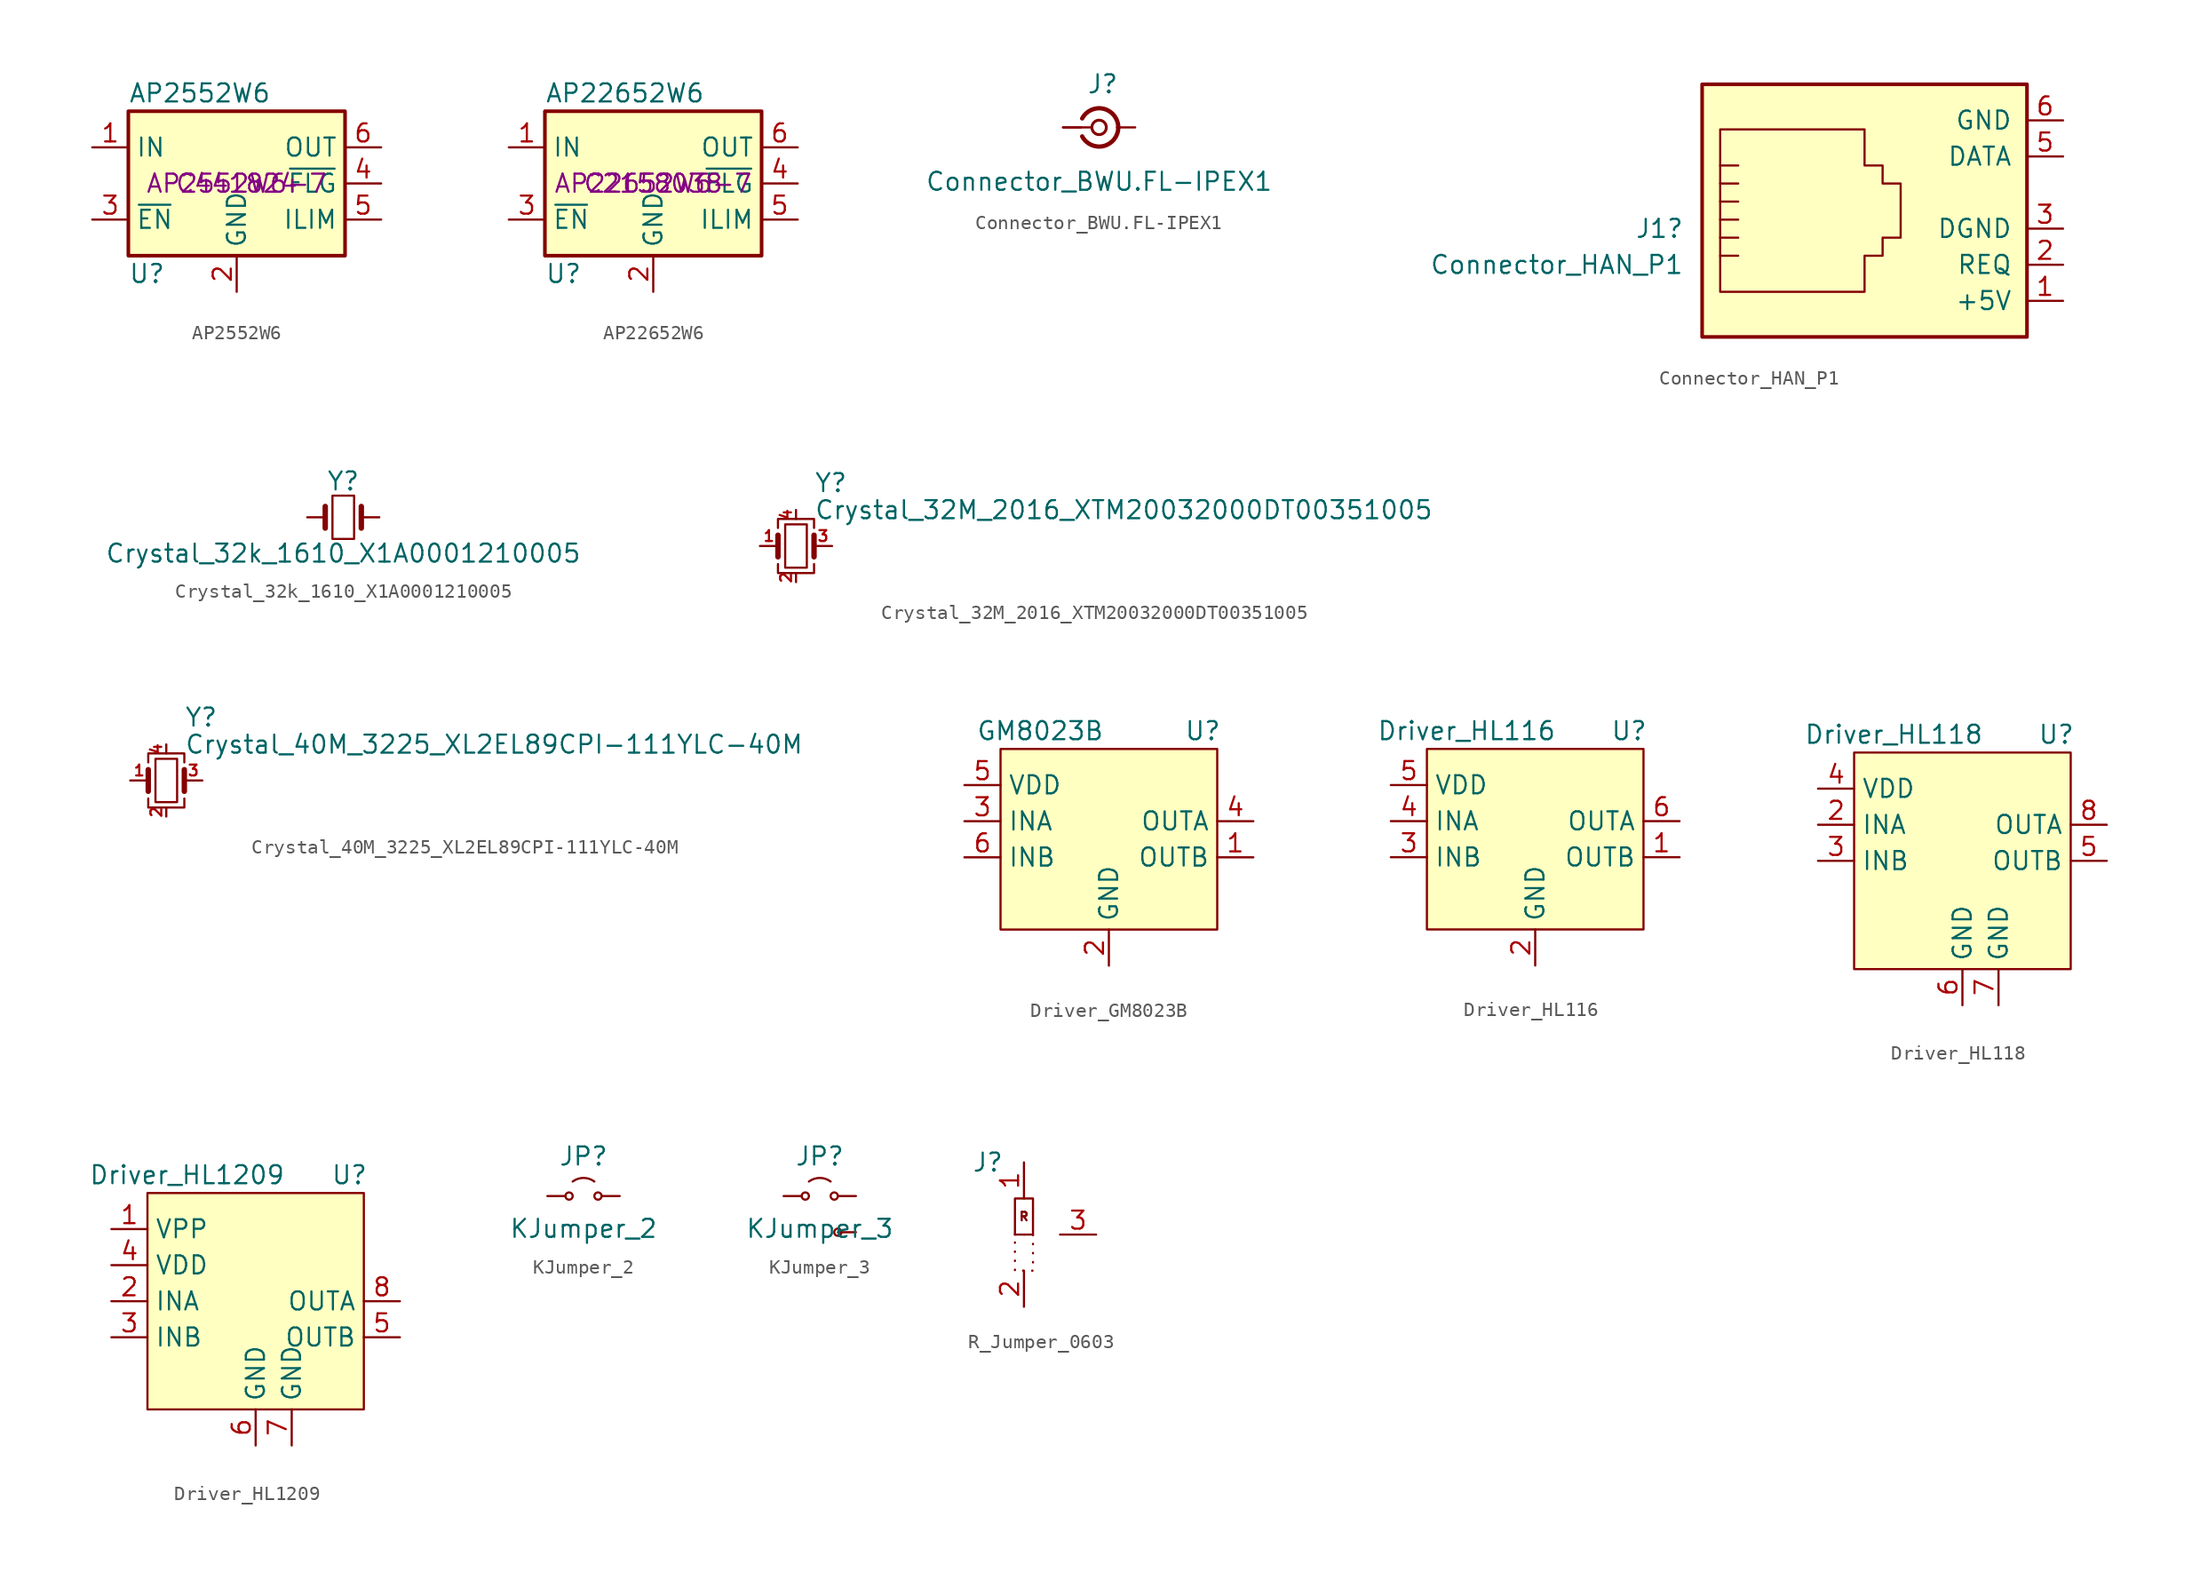
<source format=kicad_sym>
(kicad_symbol_lib
  (version 20241209)
  (generator "kicad_symbol_editor")
  (generator_version "9.0")
  (symbol "AP2552W6"
    (property "Reference" "U"
      (at -7.62 -6.35 0)
      (effects (font (size 1.27 1.27)) (justify left)))
    (property "Value" "AP2552W6"
      (at -7.62 6.35 0)
      (effects (font (size 1.27 1.27)) (justify left)))
    (property "MPN" "AP2552W6-7"
      (at 0 0 0)
      (effects (font (size 1.27 1.27))))
    (property "lcsc#" "C441824"
      (at 0 0 0)
      (effects (font (size 1.27 1.27))))
    (symbol "AP2552W6_0_1"
      (rectangle (start -7.62 5.08) (end 7.62 -5.08) (stroke (width 0.254) (type default)) (fill (type background))))
    (symbol "AP2552W6_1_0"
      (pin input line (at 10.16 -2.54 180) (length 2.54) (name "ILIM" (effects (font (size 1.27 1.27)))) (number "5" (effects (font (size 1.27 1.27))))))
    (symbol "AP2552W6_1_1"
      (pin power_in line (at -10.16 2.54 0) (length 2.54) (name "IN" (effects (font (size 1.27 1.27)))) (number "1" (effects (font (size 1.27 1.27)))))
      (pin input line (at -10.16 -2.54 0) (length 2.54) (name "~{EN}" (effects (font (size 1.27 1.27)))) (number "3" (effects (font (size 1.27 1.27)))))
      (pin power_in line (at 0 -7.62 90) (length 2.54) (name "GND" (effects (font (size 1.27 1.27)))) (number "2" (effects (font (size 1.27 1.27)))))
      (pin power_out line (at 10.16 2.54 180) (length 2.54) (name "OUT" (effects (font (size 1.27 1.27)))) (number "6" (effects (font (size 1.27 1.27)))))
      (pin open_collector line (at 10.16 0 180) (length 2.54) (name "~{FLG}" (effects (font (size 1.27 1.27)))) (number "4" (effects (font (size 1.27 1.27)))))))
  (symbol "AP22652W6"
    (property "Reference" "U"
      (at -7.62 -6.35 0)
      (effects (font (size 1.27 1.27)) (justify left)))
    (property "Value" "AP22652W6"
      (at -7.62 6.35 0)
      (effects (font (size 1.27 1.27)) (justify left)))
    (property "MPN" "AP22652W6-7"
      (at 0 0 0)
      (effects (font (size 1.27 1.27))))
    (property "lcsc#" "C2158038"
      (at 0 0 0)
      (effects (font (size 1.27 1.27))))
    (symbol "AP22652W6_0_1"
      (rectangle (start -7.62 5.08) (end 7.62 -5.08) (stroke (width 0.254) (type default)) (fill (type background))))
    (symbol "AP22652W6_1_0"
      (pin input line (at 10.16 -2.54 180) (length 2.54) (name "ILIM" (effects (font (size 1.27 1.27)))) (number "5" (effects (font (size 1.27 1.27))))))
    (symbol "AP22652W6_1_1"
      (pin power_in line (at -10.16 2.54 0) (length 2.54) (name "IN" (effects (font (size 1.27 1.27)))) (number "1" (effects (font (size 1.27 1.27)))))
      (pin input line (at -10.16 -2.54 0) (length 2.54) (name "~{EN}" (effects (font (size 1.27 1.27)))) (number "3" (effects (font (size 1.27 1.27)))))
      (pin power_in line (at 0 -7.62 90) (length 2.54) (name "GND" (effects (font (size 1.27 1.27)))) (number "2" (effects (font (size 1.27 1.27)))))
      (pin power_out line (at 10.16 2.54 180) (length 2.54) (name "OUT" (effects (font (size 1.27 1.27)))) (number "6" (effects (font (size 1.27 1.27)))))
      (pin open_collector line (at 10.16 0 180) (length 2.54) (name "~{FLG}" (effects (font (size 1.27 1.27)))) (number "4" (effects (font (size 1.27 1.27)))))))
  (symbol "Connector_BWU.FL-IPEX1"
    (pin_numbers
      (hide yes))
    (pin_names
      (offset 1.016)
      (hide yes))
    (property "Reference" "J"
      (at 0.254 3.048 0)
      (effects (font (size 1.27 1.27))))
    (property "Value" "Connector_BWU.FL-IPEX1"
      (at 0 -3.81 0)
      (effects (font (size 1.27 1.27))))
    (symbol "Connector_BWU.FL-IPEX1_0_1"
      (polyline (pts (xy -2.54 0) (xy -0.508 0)) (stroke (width 0) (type default)) (fill (type none)))
      (circle (center 0 0) (radius 0.508) (stroke (width 0.203) (type default)) (fill (type none))))
    (symbol "Connector_BWU.FL-IPEX1_1_1"
      (arc (start 1.3484 0.0039) (mid 0.327 -1.308) (end -1.1916 -0.6311) (stroke (width 0.3048) (type default)) (fill (type none)))
      (arc (start -1.1916 0.6311) (mid 0.327 1.3081) (end 1.3484 -0.0039) (stroke (width 0.3048) (type default)) (fill (type none)))
      (pin passive line (at -2.54 0 0) (length 1.27) (name "In" (effects (font (size 1.27 1.27)))) (number "1" (effects (font (size 1.27 1.27)))))
      (pin passive line (at 2.54 0 180) (length 1.27) (name "Ext" (effects (font (size 1.27 1.27)))) (number "2" (effects (font (size 1.27 1.27)))))))
  (symbol "Connector_HAN_P1"
    (pin_names
      (offset 1.016))
    (property "Reference" "J1"
      (at -8.89 0.0001 0)
      (effects (font (size 1.27 1.27)) (justify right)))
    (property "Value" "Connector_HAN_P1"
      (at -8.89 -2.54 0)
      (effects (font (size 1.27 1.27)) (justify right)))
    (symbol "Connector_HAN_P1_0_1"
      (rectangle (start -7.62 10.16) (end 15.24 -7.62) (stroke (width 0.254) (type default)) (fill (type background)))
      (polyline (pts (xy -6.35 3.175) (xy -5.08 3.175) (xy -5.08 3.175)) (stroke (width 0) (type default)) (fill (type none)))
      (polyline (pts (xy -6.35 1.905) (xy -5.08 1.905) (xy -5.08 1.905)) (stroke (width 0) (type default)) (fill (type none)))
      (polyline (pts (xy -6.35 0.635) (xy -5.08 0.635) (xy -5.08 0.635)) (stroke (width 0) (type default)) (fill (type none)))
      (polyline (pts (xy -6.35 -0.635) (xy -5.08 -0.635) (xy -5.08 -0.635)) (stroke (width 0) (type default)) (fill (type none)))
      (polyline (pts (xy -6.35 -1.905) (xy -5.08 -1.905) (xy -5.08 -1.905)) (stroke (width 0) (type default)) (fill (type none)))
      (polyline (pts (xy -6.35 -4.445) (xy -6.35 6.985) (xy 3.81 6.985) (xy 3.81 4.445) (xy 5.08 4.445) (xy 5.08 3.175) (xy 6.35 3.175) (xy 6.35 -0.635) (xy 5.08 -0.635) (xy 5.08 -1.905) (xy 3.81 -1.905) (xy 3.81 -4.445) (xy -6.35 -4.445) (xy -6.35 -4.445)) (stroke (width 0) (type default)) (fill (type none)))
      (polyline (pts (xy -5.08 4.445) (xy -6.35 4.445) (xy -6.35 4.445)) (stroke (width 0) (type default)) (fill (type none))))
    (symbol "Connector_HAN_P1_1_1"
      (pin power_out line (at 17.78 7.62 180) (length 2.54) (name "GND" (effects (font (size 1.27 1.27)))) (number "6" (effects (font (size 1.27 1.27)))))
      (pin output line (at 17.78 5.08 180) (length 2.54) (name "DATA" (effects (font (size 1.27 1.27)))) (number "5" (effects (font (size 1.27 1.27)))))
      (pin no_connect line (at 17.78 2.54 180) (length 2.54) (hide yes) (name "~" (effects (font (size 1.27 1.27)))) (number "4" (effects (font (size 1.27 1.27)))))
      (pin passive line (at 17.78 0 180) (length 2.54) (name "DGND" (effects (font (size 1.27 1.27)))) (number "3" (effects (font (size 1.27 1.27)))))
      (pin input line (at 17.78 -2.54 180) (length 2.54) (name "REQ" (effects (font (size 1.27 1.27)))) (number "2" (effects (font (size 1.27 1.27)))))
      (pin power_out line (at 17.78 -5.08 180) (length 2.54) (name "+5V" (effects (font (size 1.27 1.27)))) (number "1" (effects (font (size 1.27 1.27)))))))
  (symbol "Crystal_32k_1610_X1A0001210005"
    (pin_numbers
      (hide yes))
    (pin_names
      (offset 1.016)
      (hide yes))
    (property "Reference" "Y"
      (at 0 2.54 0)
      (effects (font (size 1.27 1.27))))
    (property "Value" "Crystal_32k_1610_X1A0001210005"
      (at 0 -2.54 0)
      (effects (font (size 1.27 1.27))))
    (symbol "Crystal_32k_1610_X1A0001210005_0_1"
      (polyline (pts (xy -1.27 -0.762) (xy -1.27 0.762)) (stroke (width 0.381) (type default)) (fill (type none)))
      (rectangle (start -0.762 -1.524) (end 0.762 1.524) (stroke (width 0) (type default)) (fill (type none)))
      (polyline (pts (xy 1.27 -0.762) (xy 1.27 0.762)) (stroke (width 0.381) (type default)) (fill (type none))))
    (symbol "Crystal_32k_1610_X1A0001210005_1_1"
      (pin passive line (at -2.54 0 0) (length 1.27) (name "1" (effects (font (size 1.27 1.27)))) (number "1" (effects (font (size 1.27 1.27)))))
      (pin passive line (at 2.54 0 180) (length 1.27) (name "2" (effects (font (size 1.27 1.27)))) (number "2" (effects (font (size 1.27 1.27)))))))
  (symbol "Crystal_32M_2016_XTM20032000DT00351005"
    (pin_names
      (offset 1.016)
      (hide yes))
    (property "Reference" "Y"
      (at 1.27 4.445 0)
      (effects (font (size 1.27 1.27)) (justify left)))
    (property "Value" "Crystal_32M_2016_XTM20032000DT00351005"
      (at 1.27 2.54 0)
      (effects (font (size 1.27 1.27)) (justify left)))
    (symbol "Crystal_32M_2016_XTM20032000DT00351005_0_1"
      (polyline (pts (xy -1.27 1.27) (xy -1.27 1.905) (xy 1.27 1.905) (xy 1.27 1.27)) (stroke (width 0) (type default)) (fill (type none)))
      (polyline (pts (xy -1.27 -0.762) (xy -1.27 0.762)) (stroke (width 0.381) (type default)) (fill (type none)))
      (polyline (pts (xy -1.27 -1.27) (xy -1.27 -1.905) (xy 1.27 -1.905) (xy 1.27 -1.27)) (stroke (width 0) (type default)) (fill (type none)))
      (rectangle (start -0.762 -1.524) (end 0.762 1.524) (stroke (width 0) (type default)) (fill (type none)))
      (polyline (pts (xy 1.27 -0.762) (xy 1.27 0.762)) (stroke (width 0.381) (type default)) (fill (type none))))
    (symbol "Crystal_32M_2016_XTM20032000DT00351005_1_1"
      (pin passive line (at -2.54 0 0) (length 1.27) (name "1" (effects (font (size 1.27 1.27)))) (number "1" (effects (font (size 0.762 0.762)))))
      (pin passive line (at 0 2.54 270) (length 0.635) (name "4" (effects (font (size 1.27 1.27)))) (number "4" (effects (font (size 0.762 0.762)))))
      (pin passive line (at 0 -2.54 90) (length 0.635) (name "2" (effects (font (size 1.27 1.27)))) (number "2" (effects (font (size 0.762 0.762)))))
      (pin passive line (at 2.54 0 180) (length 1.27) (name "3" (effects (font (size 1.27 1.27)))) (number "3" (effects (font (size 0.762 0.762)))))))
  (symbol "Crystal_40M_3225_XL2EL89CPI-111YLC-40M"
    (pin_names
      (offset 1.016)
      (hide yes))
    (property "Reference" "Y"
      (at 1.27 4.445 0)
      (effects (font (size 1.27 1.27)) (justify left)))
    (property "Value" "Crystal_40M_3225_XL2EL89CPI-111YLC-40M"
      (at 1.27 2.54 0)
      (effects (font (size 1.27 1.27)) (justify left)))
    (symbol "Crystal_40M_3225_XL2EL89CPI-111YLC-40M_0_1"
      (polyline (pts (xy -1.27 1.27) (xy -1.27 1.905) (xy 1.27 1.905) (xy 1.27 1.27)) (stroke (width 0) (type default)) (fill (type none)))
      (polyline (pts (xy -1.27 -0.762) (xy -1.27 0.762)) (stroke (width 0.381) (type default)) (fill (type none)))
      (polyline (pts (xy -1.27 -1.27) (xy -1.27 -1.905) (xy 1.27 -1.905) (xy 1.27 -1.27)) (stroke (width 0) (type default)) (fill (type none)))
      (rectangle (start -0.762 -1.524) (end 0.762 1.524) (stroke (width 0) (type default)) (fill (type none)))
      (polyline (pts (xy 1.27 -0.762) (xy 1.27 0.762)) (stroke (width 0.381) (type default)) (fill (type none))))
    (symbol "Crystal_40M_3225_XL2EL89CPI-111YLC-40M_1_1"
      (pin passive line (at -2.54 0 0) (length 1.27) (name "1" (effects (font (size 1.27 1.27)))) (number "1" (effects (font (size 0.762 0.762)))))
      (pin passive line (at 0 2.54 270) (length 0.635) (name "4" (effects (font (size 1.27 1.27)))) (number "4" (effects (font (size 0.762 0.762)))))
      (pin passive line (at 0 -2.54 90) (length 0.635) (name "2" (effects (font (size 1.27 1.27)))) (number "2" (effects (font (size 0.762 0.762)))))
      (pin passive line (at 2.54 0 180) (length 1.27) (name "3" (effects (font (size 1.27 1.27)))) (number "3" (effects (font (size 0.762 0.762)))))))
  (symbol "Driver_GM8023B"
    (property "Reference" "U"
      (at 6.604 8.89 0)
      (effects (font (size 1.27 1.27))))
    (property "Value" "GM8023B"
      (at -4.826 8.89 0)
      (effects (font (size 1.27 1.27))))
    (symbol "Driver_GM8023B_1_1"
      (rectangle (start -7.62 7.62) (end 7.62 -5.08) (stroke (width 0) (type solid)) (fill (type background)))
      (pin power_in line (at -10.16 5.08 0) (length 2.54) (name "VDD" (effects (font (size 1.27 1.27)))) (number "5" (effects (font (size 1.27 1.27)))))
      (pin input line (at -10.16 2.54 0) (length 2.54) (name "INA" (effects (font (size 1.27 1.27)))) (number "3" (effects (font (size 1.27 1.27)))))
      (pin input line (at -10.16 0 0) (length 2.54) (name "INB" (effects (font (size 1.27 1.27)))) (number "6" (effects (font (size 1.27 1.27)))))
      (pin power_in line (at 0 -7.62 90) (length 2.54) (name "GND" (effects (font (size 1.27 1.27)))) (number "2" (effects (font (size 1.27 1.27)))))
      (pin output line (at 10.16 2.54 180) (length 2.54) (name "OUTA" (effects (font (size 1.27 1.27)))) (number "4" (effects (font (size 1.27 1.27)))))
      (pin output line (at 10.16 0 180) (length 2.54) (name "OUTB" (effects (font (size 1.27 1.27)))) (number "1" (effects (font (size 1.27 1.27)))))))
  (symbol "Driver_HL116"
    (property "Reference" "U"
      (at 6.604 8.89 0)
      (effects (font (size 1.27 1.27))))
    (property "Value" "Driver_HL116"
      (at -4.826 8.89 0)
      (effects (font (size 1.27 1.27))))
    (symbol "Driver_HL116_1_1"
      (rectangle (start -7.62 7.62) (end 7.62 -5.08) (stroke (width 0) (type solid)) (fill (type background)))
      (pin power_in line (at -10.16 5.08 0) (length 2.54) (name "VDD" (effects (font (size 1.27 1.27)))) (number "5" (effects (font (size 1.27 1.27)))))
      (pin input line (at -10.16 2.54 0) (length 2.54) (name "INA" (effects (font (size 1.27 1.27)))) (number "4" (effects (font (size 1.27 1.27)))))
      (pin input line (at -10.16 0 0) (length 2.54) (name "INB" (effects (font (size 1.27 1.27)))) (number "3" (effects (font (size 1.27 1.27)))))
      (pin power_in line (at 0 -7.62 90) (length 2.54) (name "GND" (effects (font (size 1.27 1.27)))) (number "2" (effects (font (size 1.27 1.27)))))
      (pin output line (at 10.16 2.54 180) (length 2.54) (name "OUTA" (effects (font (size 1.27 1.27)))) (number "6" (effects (font (size 1.27 1.27)))))
      (pin output line (at 10.16 0 180) (length 2.54) (name "OUTB" (effects (font (size 1.27 1.27)))) (number "1" (effects (font (size 1.27 1.27)))))))
  (symbol "Driver_HL118"
    (property "Reference" "U"
      (at 6.604 8.89 0)
      (effects (font (size 1.27 1.27))))
    (property "Value" "Driver_HL118"
      (at -4.826 8.89 0)
      (effects (font (size 1.27 1.27))))
    (symbol "Driver_HL118_1_1"
      (rectangle (start -7.62 7.62) (end 7.62 -7.62) (stroke (width 0) (type solid)) (fill (type background)))
      (pin power_in line (at -10.16 5.08 0) (length 2.54) (name "VDD" (effects (font (size 1.27 1.27)))) (number "4" (effects (font (size 1.27 1.27)))))
      (pin input line (at -10.16 2.54 0) (length 2.54) (name "INA" (effects (font (size 1.27 1.27)))) (number "2" (effects (font (size 1.27 1.27)))))
      (pin input line (at -10.16 0 0) (length 2.54) (name "INB" (effects (font (size 1.27 1.27)))) (number "3" (effects (font (size 1.27 1.27)))))
      (pin no_connect line (at -6.35 6.35 0) (length 2.54) (hide yes) (name "NC" (effects (font (size 1.27 1.27)))) (number "1" (effects (font (size 1.27 1.27)))))
      (pin power_in line (at 0 -10.16 90) (length 2.54) (name "GND" (effects (font (size 1.27 1.27)))) (number "6" (effects (font (size 1.27 1.27)))))
      (pin power_in line (at 2.54 -10.16 90) (length 2.54) (name "GND" (effects (font (size 1.27 1.27)))) (number "7" (effects (font (size 1.27 1.27)))))
      (pin output line (at 10.16 2.54 180) (length 2.54) (name "OUTA" (effects (font (size 1.27 1.27)))) (number "8" (effects (font (size 1.27 1.27)))))
      (pin output line (at 10.16 0 180) (length 2.54) (name "OUTB" (effects (font (size 1.27 1.27)))) (number "5" (effects (font (size 1.27 1.27)))))))
  (symbol "Driver_HL1209"
    (property "Reference" "U"
      (at 6.604 8.89 0)
      (effects (font (size 1.27 1.27))))
    (property "Value" "Driver_HL1209"
      (at -4.826 8.89 0)
      (effects (font (size 1.27 1.27))))
    (symbol "Driver_HL1209_1_1"
      (rectangle (start -7.62 7.62) (end 7.62 -7.62) (stroke (width 0) (type solid)) (fill (type background)))
      (pin power_in line (at -10.16 5.08 0) (length 2.54) (name "VPP" (effects (font (size 1.27 1.27)))) (number "1" (effects (font (size 1.27 1.27)))))
      (pin power_in line (at -10.16 2.54 0) (length 2.54) (name "VDD" (effects (font (size 1.27 1.27)))) (number "4" (effects (font (size 1.27 1.27)))))
      (pin input line (at -10.16 0 0) (length 2.54) (name "INA" (effects (font (size 1.27 1.27)))) (number "2" (effects (font (size 1.27 1.27)))))
      (pin input line (at -10.16 -2.54 0) (length 2.54) (name "INB" (effects (font (size 1.27 1.27)))) (number "3" (effects (font (size 1.27 1.27)))))
      (pin power_in line (at 0 -10.16 90) (length 2.54) (name "GND" (effects (font (size 1.27 1.27)))) (number "6" (effects (font (size 1.27 1.27)))))
      (pin power_in line (at 2.54 -10.16 90) (length 2.54) (name "GND" (effects (font (size 1.27 1.27)))) (number "7" (effects (font (size 1.27 1.27)))))
      (pin output line (at 10.16 0 180) (length 2.54) (name "OUTA" (effects (font (size 1.27 1.27)))) (number "8" (effects (font (size 1.27 1.27)))))
      (pin output line (at 10.16 -2.54 180) (length 2.54) (name "OUTB" (effects (font (size 1.27 1.27)))) (number "5" (effects (font (size 1.27 1.27)))))))
  (symbol "KJumper_2"
    (pin_numbers
      (hide yes))
    (pin_names
      (offset 0)
      (hide yes))
    (property "Reference" "JP"
      (at 0 2.794 0)
      (effects (font (size 1.27 1.27))))
    (property "Value" "KJumper_2"
      (at 0 -2.286 0)
      (effects (font (size 1.27 1.27))))
    (symbol "KJumper_2_0_0"
      (circle (center -1.016 0) (radius 0.254) (stroke (width 0) (type default)) (fill (type none)))
      (circle (center 1.016 0) (radius 0.254) (stroke (width 0) (type default)) (fill (type none))))
    (symbol "KJumper_2_0_1"
      (arc (start -0.762 1.0196) (mid 0 1.2729) (end 0.762 1.0196) (stroke (width 0) (type default)) (fill (type none))))
    (symbol "KJumper_2_1_1"
      (pin passive line (at -2.54 0 0) (length 1.27) (name "A" (effects (font (size 1.27 1.27)))) (number "1" (effects (font (size 1.27 1.27)))))
      (pin passive line (at 2.54 0 180) (length 1.27) (name "B" (effects (font (size 1.27 1.27)))) (number "2" (effects (font (size 1.27 1.27)))))))
  (symbol "KJumper_3"
    (pin_numbers
      (hide yes))
    (pin_names
      (offset 0)
      (hide yes))
    (property "Reference" "JP"
      (at 0 2.794 0)
      (effects (font (size 1.27 1.27))))
    (property "Value" "KJumper_3"
      (at 0 -2.286 0)
      (effects (font (size 1.27 1.27))))
    (symbol "KJumper_3_0_0"
      (circle (center -1.016 0) (radius 0.254) (stroke (width 0) (type default)) (fill (type none)))
      (circle (center 1.016 0) (radius 0.254) (stroke (width 0) (type default)) (fill (type none)))
      (circle (center 1.27 -2.54) (radius 0.254) (stroke (width 0) (type default)) (fill (type none))))
    (symbol "KJumper_3_0_1"
      (arc (start -0.762 1.0196) (mid 0 1.2729) (end 0.762 1.0196) (stroke (width 0) (type default)) (fill (type none))))
    (symbol "KJumper_3_1_1"
      (pin passive line (at -2.54 0 0) (length 1.27) (name "Comm" (effects (font (size 1.27 1.27)))) (number "2" (effects (font (size 1.27 1.27)))))
      (pin passive line (at 2.54 0 180) (length 1.27) (name "A" (effects (font (size 1.27 1.27)))) (number "1" (effects (font (size 1.27 1.27)))))
      (pin passive line (at 2.54 -2.54 180) (length 1.27) (name "B" (effects (font (size 1.27 1.27)))) (number "3" (effects (font (size 1.27 1.27)))))))
  (symbol "R_Jumper_0603"
    (pin_names
      (hide yes))
    (property "Reference" "J"
      (at -2.54 5.08 0)
      (effects (font (size 1.27 1.27))))
    (property "Value" ""
      (at 0 0 90)
      (effects (font (size 1.27 1.27))))
    (symbol "R_Jumper_0603_1_1"
      (rectangle (start -0.635 2.54) (end 0.635 0) (stroke (width 0) (type default)) (fill (type none)))
      (rectangle (start -0.635 0) (end 0.635 -2.54) (stroke (width 0) (type dot)) (fill (type none)))
      (text "R" (at 0 1.27 0) (effects (font (size 0.6 0.6))))
      (pin passive line (at 0 5.08 270) (length 2.54) (name "1" (effects (font (size 1.27 1.27)))) (number "1" (effects (font (size 1.27 1.27)))))
      (pin passive line (at 0 -5.08 90) (length 2.54) (name "2" (effects (font (size 1.27 1.27)))) (number "2" (effects (font (size 1.27 1.27)))))
      (pin passive line (at 5.08 0 180) (length 2.54) (name "3" (effects (font (size 1.27 1.27)))) (number "3" (effects (font (size 1.27 1.27))))))))
</source>
